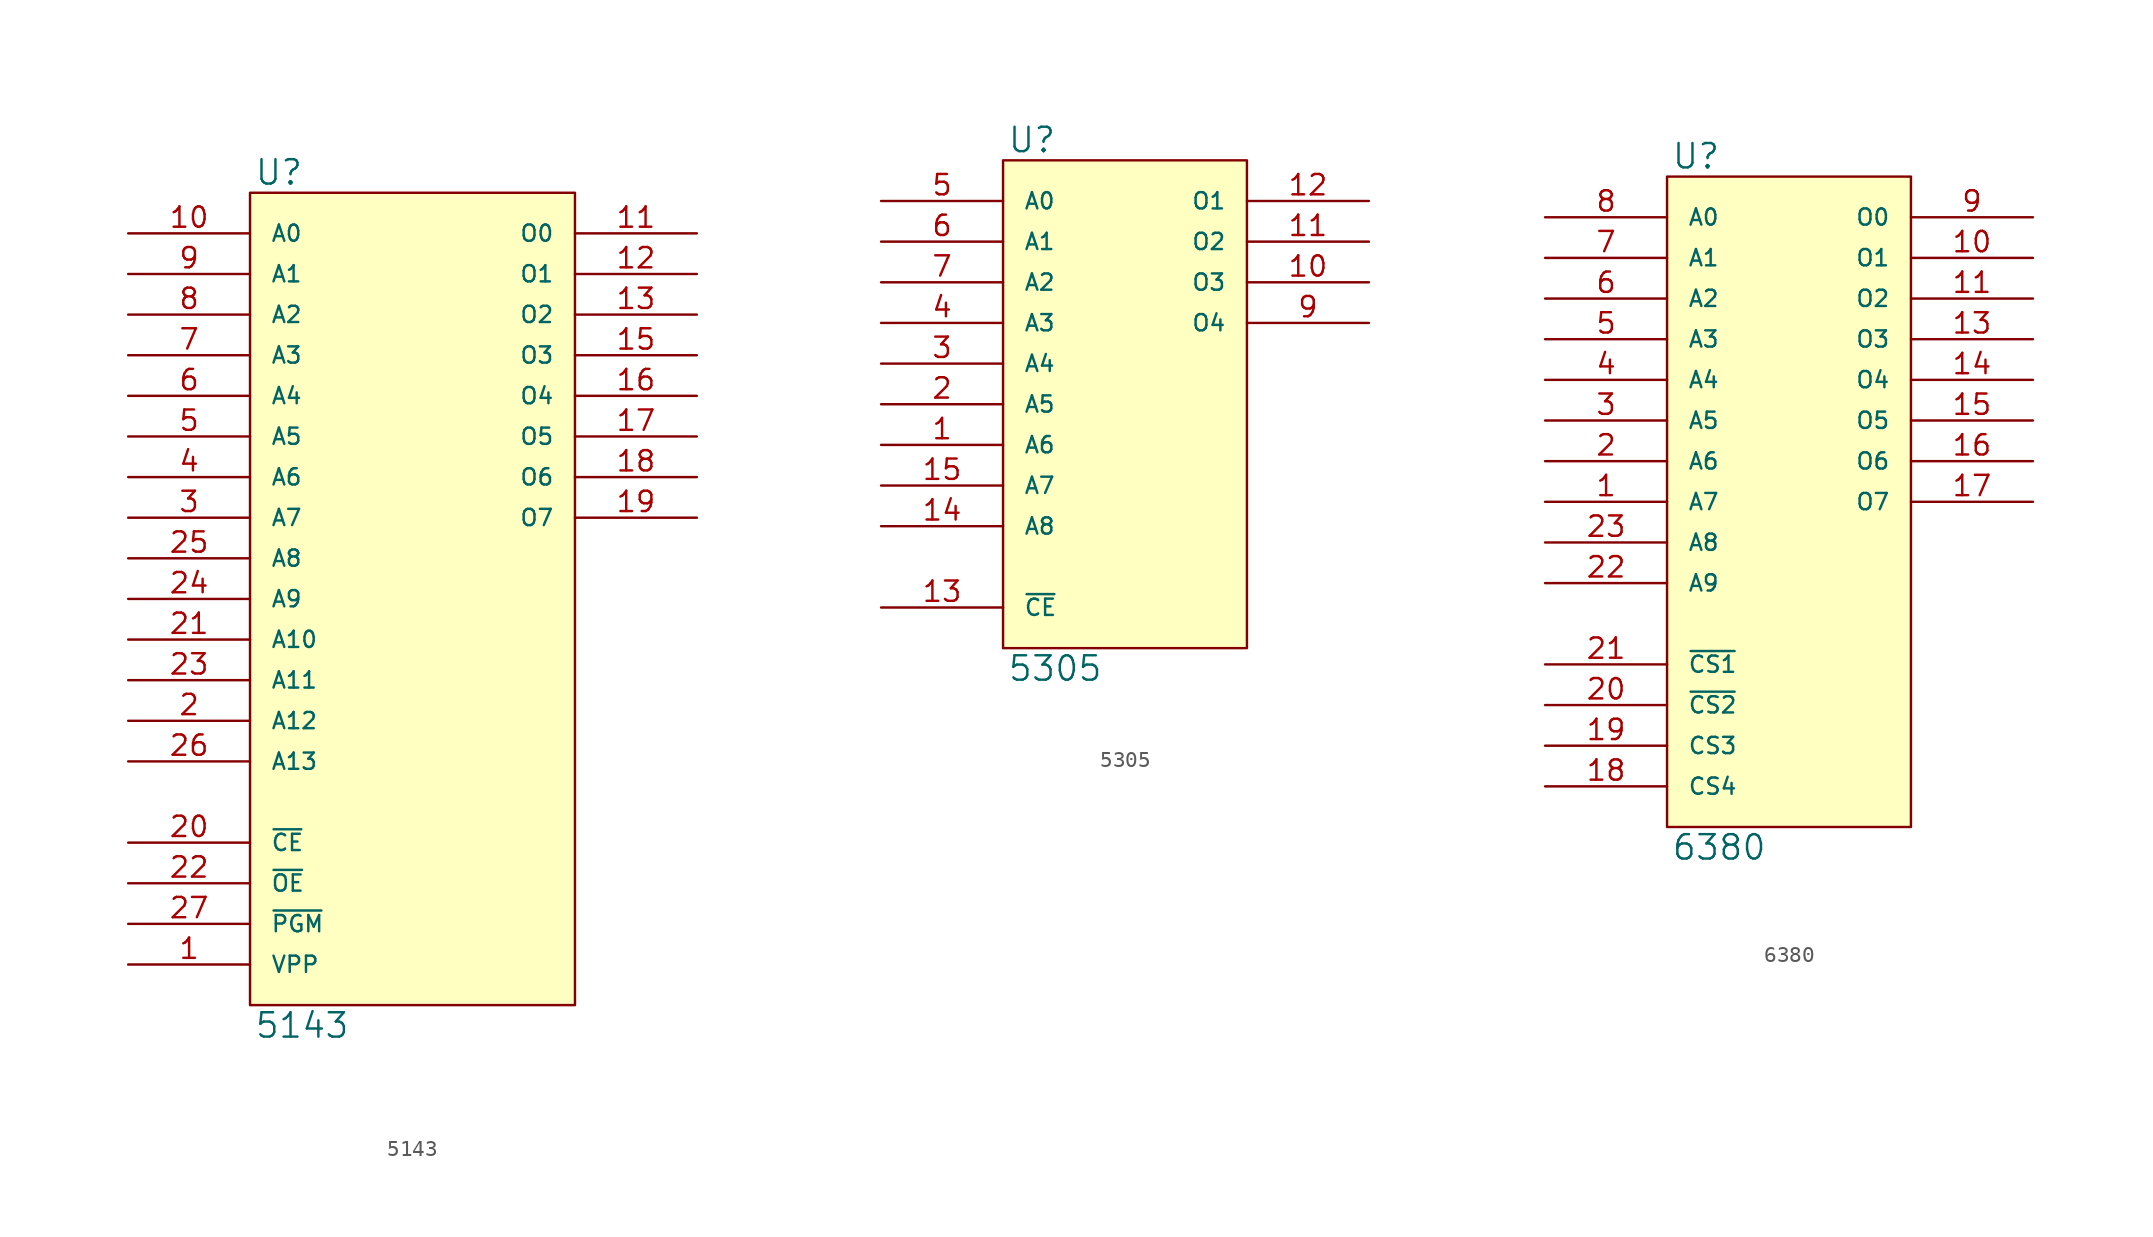
<source format=kicad_sym>
(kicad_symbol_lib
  (version 20231120)
  (generator "kicad_symbol_editor")
  (generator_version "8.0")
  (symbol "5143"
    (pin_names
      (offset 1.27))
    (property "Reference" "U"
      (at 0.254 0.381 0)
      (effects (font (size 1.524 1.524)) (justify left bottom)))
    (property "Value" "5143"
      (at 0.254 -51.181 0)
      (effects (font (size 1.524 1.524)) (justify left top)))
    (symbol "5143_0_1"
      (rectangle (start 0 0) (end 20.32 -50.8) (stroke (width 0) (type solid)) (fill (type background))))
    (symbol "5143_1_1"
      (pin input line (at -7.62 -48.26 0) (length 7.62) (name "VPP" (effects (font (size 1.016 1.016)))) (number "1" (effects (font (size 1.27 1.27)))))
      (pin input line (at -7.62 -2.54 0) (length 7.62) (name "A0" (effects (font (size 1.016 1.016)))) (number "10" (effects (font (size 1.27 1.27)))))
      (pin tri_state line (at 27.94 -2.54 180) (length 7.62) (name "O0" (effects (font (size 1.016 1.016)))) (number "11" (effects (font (size 1.27 1.27)))))
      (pin tri_state line (at 27.94 -5.08 180) (length 7.62) (name "O1" (effects (font (size 1.016 1.016)))) (number "12" (effects (font (size 1.27 1.27)))))
      (pin tri_state line (at 27.94 -7.62 180) (length 7.62) (name "O2" (effects (font (size 1.016 1.016)))) (number "13" (effects (font (size 1.27 1.27)))))
      (pin power_in line (at 0 -50.8 90) (length 0) hide (name "GND" (effects (font (size 1.016 1.016)))) (number "14" (effects (font (size 1.27 1.27)))))
      (pin tri_state line (at 27.94 -10.16 180) (length 7.62) (name "O3" (effects (font (size 1.016 1.016)))) (number "15" (effects (font (size 1.27 1.27)))))
      (pin tri_state line (at 27.94 -12.7 180) (length 7.62) (name "O4" (effects (font (size 1.016 1.016)))) (number "16" (effects (font (size 1.27 1.27)))))
      (pin tri_state line (at 27.94 -15.24 180) (length 7.62) (name "O5" (effects (font (size 1.016 1.016)))) (number "17" (effects (font (size 1.27 1.27)))))
      (pin tri_state line (at 27.94 -17.78 180) (length 7.62) (name "O6" (effects (font (size 1.016 1.016)))) (number "18" (effects (font (size 1.27 1.27)))))
      (pin tri_state line (at 27.94 -20.32 180) (length 7.62) (name "O7" (effects (font (size 1.016 1.016)))) (number "19" (effects (font (size 1.27 1.27)))))
      (pin input line (at -7.62 -33.02 0) (length 7.62) (name "A12" (effects (font (size 1.016 1.016)))) (number "2" (effects (font (size 1.27 1.27)))))
      (pin input line (at -7.62 -40.64 0) (length 7.62) (name "~{CE}" (effects (font (size 1.016 1.016)))) (number "20" (effects (font (size 1.27 1.27)))))
      (pin input line (at -7.62 -27.94 0) (length 7.62) (name "A10" (effects (font (size 1.016 1.016)))) (number "21" (effects (font (size 1.27 1.27)))))
      (pin input line (at -7.62 -43.18 0) (length 7.62) (name "~{OE}" (effects (font (size 1.016 1.016)))) (number "22" (effects (font (size 1.27 1.27)))))
      (pin input line (at -7.62 -30.48 0) (length 7.62) (name "A11" (effects (font (size 1.016 1.016)))) (number "23" (effects (font (size 1.27 1.27)))))
      (pin input line (at -7.62 -25.4 0) (length 7.62) (name "A9" (effects (font (size 1.016 1.016)))) (number "24" (effects (font (size 1.27 1.27)))))
      (pin input line (at -7.62 -22.86 0) (length 7.62) (name "A8" (effects (font (size 1.016 1.016)))) (number "25" (effects (font (size 1.27 1.27)))))
      (pin input line (at -7.62 -35.56 0) (length 7.62) (name "A13" (effects (font (size 1.016 1.016)))) (number "26" (effects (font (size 1.27 1.27)))))
      (pin input line (at -7.62 -45.72 0) (length 7.62) (name "~{PGM}" (effects (font (size 1.016 1.016)))) (number "27" (effects (font (size 1.27 1.27)))))
      (pin power_in line (at 0 0 270) (length 0) hide (name "VCC" (effects (font (size 1.016 1.016)))) (number "28" (effects (font (size 1.27 1.27)))))
      (pin input line (at -7.62 -20.32 0) (length 7.62) (name "A7" (effects (font (size 1.016 1.016)))) (number "3" (effects (font (size 1.27 1.27)))))
      (pin input line (at -7.62 -17.78 0) (length 7.62) (name "A6" (effects (font (size 1.016 1.016)))) (number "4" (effects (font (size 1.27 1.27)))))
      (pin input line (at -7.62 -15.24 0) (length 7.62) (name "A5" (effects (font (size 1.016 1.016)))) (number "5" (effects (font (size 1.27 1.27)))))
      (pin input line (at -7.62 -12.7 0) (length 7.62) (name "A4" (effects (font (size 1.016 1.016)))) (number "6" (effects (font (size 1.27 1.27)))))
      (pin input line (at -7.62 -10.16 0) (length 7.62) (name "A3" (effects (font (size 1.016 1.016)))) (number "7" (effects (font (size 1.27 1.27)))))
      (pin input line (at -7.62 -7.62 0) (length 7.62) (name "A2" (effects (font (size 1.016 1.016)))) (number "8" (effects (font (size 1.27 1.27)))))
      (pin input line (at -7.62 -5.08 0) (length 7.62) (name "A1" (effects (font (size 1.016 1.016)))) (number "9" (effects (font (size 1.27 1.27)))))))
  (symbol "5305"
    (pin_names
      (offset 1.27))
    (property "Reference" "U"
      (at 0.254 0.381 0)
      (effects (font (size 1.524 1.524)) (justify left bottom)))
    (property "Value" "5305"
      (at 0.254 -30.861 0)
      (effects (font (size 1.524 1.524)) (justify left top)))
    (symbol "5305_0_1"
      (rectangle (start 0 0) (end 15.24 -30.48) (stroke (width 0) (type solid)) (fill (type background))))
    (symbol "5305_1_1"
      (pin input line (at -7.62 -17.78 0) (length 7.62) (name "A6" (effects (font (size 1.016 1.016)))) (number "1" (effects (font (size 1.27 1.27)))))
      (pin open_collector line (at 22.86 -7.62 180) (length 7.62) (name "O3" (effects (font (size 1.016 1.016)))) (number "10" (effects (font (size 1.27 1.27)))))
      (pin open_collector line (at 22.86 -5.08 180) (length 7.62) (name "O2" (effects (font (size 1.016 1.016)))) (number "11" (effects (font (size 1.27 1.27)))))
      (pin open_collector line (at 22.86 -2.54 180) (length 7.62) (name "O1" (effects (font (size 1.016 1.016)))) (number "12" (effects (font (size 1.27 1.27)))))
      (pin input line (at -7.62 -27.94 0) (length 7.62) (name "~{CE}" (effects (font (size 1.016 1.016)))) (number "13" (effects (font (size 1.27 1.27)))))
      (pin input line (at -7.62 -22.86 0) (length 7.62) (name "A8" (effects (font (size 1.016 1.016)))) (number "14" (effects (font (size 1.27 1.27)))))
      (pin input line (at -7.62 -20.32 0) (length 7.62) (name "A7" (effects (font (size 1.016 1.016)))) (number "15" (effects (font (size 1.27 1.27)))))
      (pin power_in line (at 0 0 270) (length 0) hide (name "VCC" (effects (font (size 1.016 1.016)))) (number "16" (effects (font (size 1.27 1.27)))))
      (pin input line (at -7.62 -15.24 0) (length 7.62) (name "A5" (effects (font (size 1.016 1.016)))) (number "2" (effects (font (size 1.27 1.27)))))
      (pin input line (at -7.62 -12.7 0) (length 7.62) (name "A4" (effects (font (size 1.016 1.016)))) (number "3" (effects (font (size 1.27 1.27)))))
      (pin input line (at -7.62 -10.16 0) (length 7.62) (name "A3" (effects (font (size 1.016 1.016)))) (number "4" (effects (font (size 1.27 1.27)))))
      (pin input line (at -7.62 -2.54 0) (length 7.62) (name "A0" (effects (font (size 1.016 1.016)))) (number "5" (effects (font (size 1.27 1.27)))))
      (pin input line (at -7.62 -5.08 0) (length 7.62) (name "A1" (effects (font (size 1.016 1.016)))) (number "6" (effects (font (size 1.27 1.27)))))
      (pin input line (at -7.62 -7.62 0) (length 7.62) (name "A2" (effects (font (size 1.016 1.016)))) (number "7" (effects (font (size 1.27 1.27)))))
      (pin power_in line (at 0 -30.48 90) (length 0) hide (name "GND" (effects (font (size 1.016 1.016)))) (number "8" (effects (font (size 1.27 1.27)))))
      (pin open_collector line (at 22.86 -10.16 180) (length 7.62) (name "O4" (effects (font (size 1.016 1.016)))) (number "9" (effects (font (size 1.27 1.27)))))))
  (symbol "6380"
    (pin_names
      (offset 1.27))
    (property "Reference" "U"
      (at 0.254 0.381 0)
      (effects (font (size 1.524 1.524)) (justify left bottom)))
    (property "Value" "6380"
      (at 0.254 -41.021 0)
      (effects (font (size 1.524 1.524)) (justify left top)))
    (symbol "6380_0_1"
      (rectangle (start 0 0) (end 15.24 -40.64) (stroke (width 0) (type solid)) (fill (type background))))
    (symbol "6380_1_1"
      (pin input line (at -7.62 -20.32 0) (length 7.62) (name "A7" (effects (font (size 1.016 1.016)))) (number "1" (effects (font (size 1.27 1.27)))))
      (pin open_collector line (at 22.86 -5.08 180) (length 7.62) (name "O1" (effects (font (size 1.016 1.016)))) (number "10" (effects (font (size 1.27 1.27)))))
      (pin open_collector line (at 22.86 -7.62 180) (length 7.62) (name "O2" (effects (font (size 1.016 1.016)))) (number "11" (effects (font (size 1.27 1.27)))))
      (pin power_in line (at 0 -40.64 90) (length 0) hide (name "GND" (effects (font (size 1.016 1.016)))) (number "12" (effects (font (size 1.27 1.27)))))
      (pin open_collector line (at 22.86 -10.16 180) (length 7.62) (name "O3" (effects (font (size 1.016 1.016)))) (number "13" (effects (font (size 1.27 1.27)))))
      (pin open_collector line (at 22.86 -12.7 180) (length 7.62) (name "O4" (effects (font (size 1.016 1.016)))) (number "14" (effects (font (size 1.27 1.27)))))
      (pin open_collector line (at 22.86 -15.24 180) (length 7.62) (name "O5" (effects (font (size 1.016 1.016)))) (number "15" (effects (font (size 1.27 1.27)))))
      (pin open_collector line (at 22.86 -17.78 180) (length 7.62) (name "O6" (effects (font (size 1.016 1.016)))) (number "16" (effects (font (size 1.27 1.27)))))
      (pin open_collector line (at 22.86 -20.32 180) (length 7.62) (name "O7" (effects (font (size 1.016 1.016)))) (number "17" (effects (font (size 1.27 1.27)))))
      (pin input line (at -7.62 -38.1 0) (length 7.62) (name "CS4" (effects (font (size 1.016 1.016)))) (number "18" (effects (font (size 1.27 1.27)))))
      (pin input line (at -7.62 -35.56 0) (length 7.62) (name "CS3" (effects (font (size 1.016 1.016)))) (number "19" (effects (font (size 1.27 1.27)))))
      (pin input line (at -7.62 -17.78 0) (length 7.62) (name "A6" (effects (font (size 1.016 1.016)))) (number "2" (effects (font (size 1.27 1.27)))))
      (pin input line (at -7.62 -33.02 0) (length 7.62) (name "~{CS2}" (effects (font (size 1.016 1.016)))) (number "20" (effects (font (size 1.27 1.27)))))
      (pin input line (at -7.62 -30.48 0) (length 7.62) (name "~{CS1}" (effects (font (size 1.016 1.016)))) (number "21" (effects (font (size 1.27 1.27)))))
      (pin input line (at -7.62 -25.4 0) (length 7.62) (name "A9" (effects (font (size 1.016 1.016)))) (number "22" (effects (font (size 1.27 1.27)))))
      (pin input line (at -7.62 -22.86 0) (length 7.62) (name "A8" (effects (font (size 1.016 1.016)))) (number "23" (effects (font (size 1.27 1.27)))))
      (pin power_in line (at 0 0 270) (length 0) hide (name "VCC" (effects (font (size 1.016 1.016)))) (number "24" (effects (font (size 1.27 1.27)))))
      (pin input line (at -7.62 -15.24 0) (length 7.62) (name "A5" (effects (font (size 1.016 1.016)))) (number "3" (effects (font (size 1.27 1.27)))))
      (pin input line (at -7.62 -12.7 0) (length 7.62) (name "A4" (effects (font (size 1.016 1.016)))) (number "4" (effects (font (size 1.27 1.27)))))
      (pin input line (at -7.62 -10.16 0) (length 7.62) (name "A3" (effects (font (size 1.016 1.016)))) (number "5" (effects (font (size 1.27 1.27)))))
      (pin input line (at -7.62 -7.62 0) (length 7.62) (name "A2" (effects (font (size 1.016 1.016)))) (number "6" (effects (font (size 1.27 1.27)))))
      (pin input line (at -7.62 -5.08 0) (length 7.62) (name "A1" (effects (font (size 1.016 1.016)))) (number "7" (effects (font (size 1.27 1.27)))))
      (pin input line (at -7.62 -2.54 0) (length 7.62) (name "A0" (effects (font (size 1.016 1.016)))) (number "8" (effects (font (size 1.27 1.27)))))
      (pin open_collector line (at 22.86 -2.54 180) (length 7.62) (name "O0" (effects (font (size 1.016 1.016)))) (number "9" (effects (font (size 1.27 1.27))))))))
</source>
